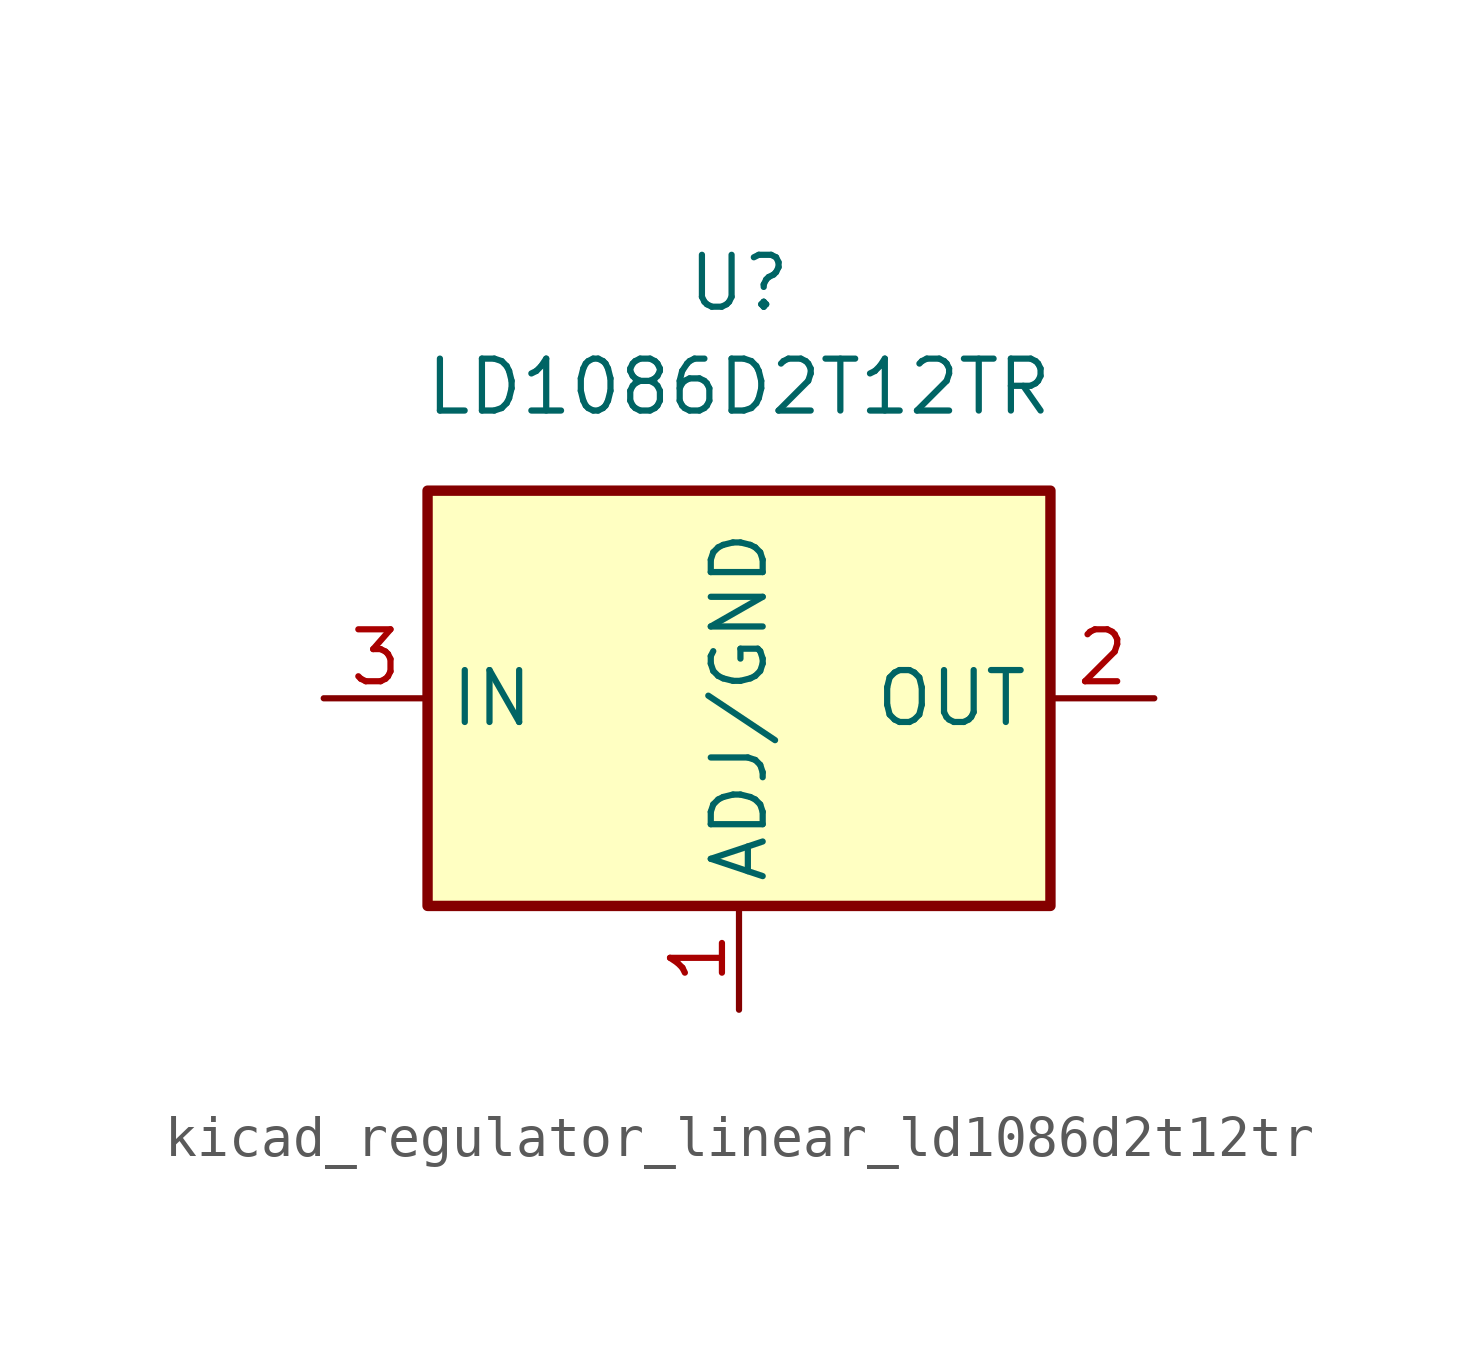
<source format=kicad_sym>
(kicad_symbol_lib
  (version 20220914)
  (generator kicad_symbol_editor)
  (symbol "kicad_regulator_linear_ld1086d2t12tr"
    (property "Reference" "U"
      (at 0 10.16 0)
      (effects (font (size 1.27 1.27))))
    (property "Value" "LD1086D2T12TR"
      (at 0 7.62 0)
      (effects (font (size 1.27 1.27))))
    (symbol "kicad_regulator_linear_ld1086d2t12tr_1_1"
      (rectangle (start -7.62 -5.08) (end 7.62 5.08) (stroke (width 0.254) (type default)) (fill (type background)))
      (pin input line (at 0 -7.62 90) (length 2.54) (name "ADJ/GND" (effects (font (size 1.27 1.27)))) (number "1" (effects (font (size 1.27 1.27)))))
      (pin power_out line (at 10.16 0 180) (length 2.54) (name "OUT" (effects (font (size 1.27 1.27)))) (number "2" (effects (font (size 1.27 1.27)))))
      (pin power_in line (at -10.16 0 0) (length 2.54) (name "IN" (effects (font (size 1.27 1.27)))) (number "3" (effects (font (size 1.27 1.27))))))))
</source>
